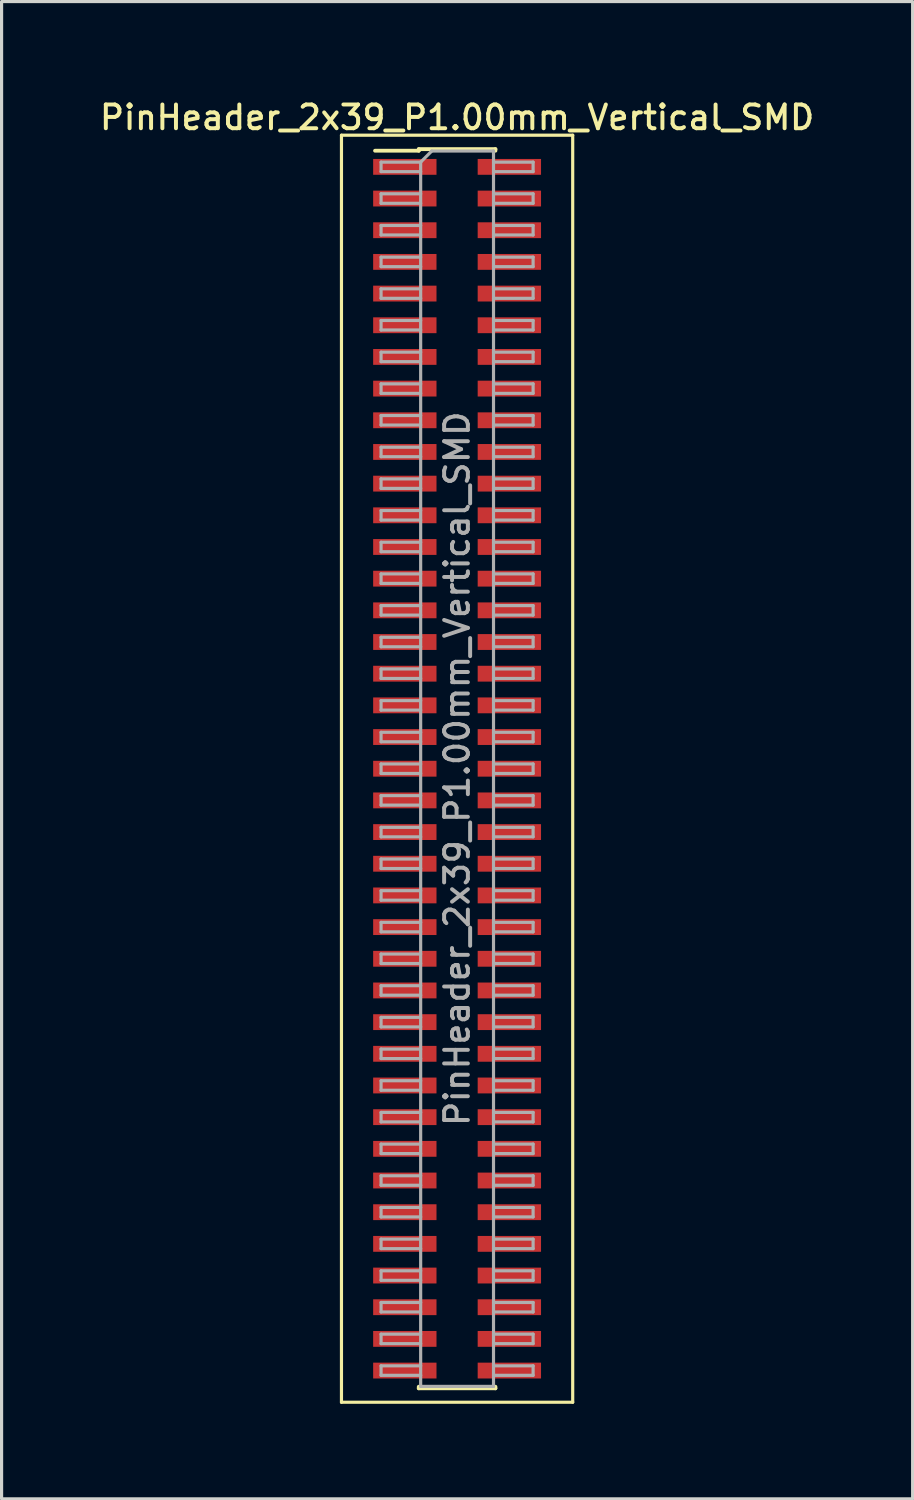
<source format=kicad_pcb>
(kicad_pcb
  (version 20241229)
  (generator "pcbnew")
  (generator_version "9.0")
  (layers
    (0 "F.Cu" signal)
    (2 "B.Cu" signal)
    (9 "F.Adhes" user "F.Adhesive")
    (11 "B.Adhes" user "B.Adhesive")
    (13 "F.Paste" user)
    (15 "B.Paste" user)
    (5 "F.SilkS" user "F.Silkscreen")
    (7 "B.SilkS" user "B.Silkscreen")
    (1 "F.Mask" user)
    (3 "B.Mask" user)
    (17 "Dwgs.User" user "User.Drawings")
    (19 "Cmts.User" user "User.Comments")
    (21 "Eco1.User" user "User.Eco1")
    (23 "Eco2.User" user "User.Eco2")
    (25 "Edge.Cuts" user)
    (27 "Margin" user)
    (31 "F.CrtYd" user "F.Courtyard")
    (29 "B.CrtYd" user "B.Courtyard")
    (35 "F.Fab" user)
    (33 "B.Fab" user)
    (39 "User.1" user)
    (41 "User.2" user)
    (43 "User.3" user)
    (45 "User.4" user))
  (footprint "PinHeader_2x39_P1.00mm_Vertical_SMD"
    (layer "F.Cu")
    (at 11.38 21.218)
    (property "Reference" "PinHeader_2x39_P1.00mm_Vertical_SMD" (at 0 -20.56 0) (layer "F.SilkS") (effects (font (size 0.75 0.75) (thickness 0.125))))
    (attr smd)
    (fp_line (start -3.65 -20) (end -3.65 20) (stroke (width 0.1) (type solid)) (layer "F.SilkS"))
    (fp_line (start -3.65 20) (end 3.65 20) (stroke (width 0.1) (type solid)) (layer "F.SilkS"))
    (fp_line (start -2.59 -19.51) (end -1.21 -19.51) (stroke (width 0.12) (type solid)) (layer "F.SilkS"))
    (fp_line (start -1.21 -19.56) (end -1.21 -19.51) (stroke (width 0.12) (type solid)) (layer "F.SilkS"))
    (fp_line (start -1.21 -19.56) (end 1.21 -19.56) (stroke (width 0.12) (type solid)) (layer "F.SilkS"))
    (fp_line (start -1.21 19.51) (end -1.21 19.56) (stroke (width 0.12) (type solid)) (layer "F.SilkS"))
    (fp_line (start -1.21 19.56) (end 1.21 19.56) (stroke (width 0.12) (type solid)) (layer "F.SilkS"))
    (fp_line (start 1.21 -19.56) (end 1.21 -19.51) (stroke (width 0.12) (type solid)) (layer "F.SilkS"))
    (fp_line (start 1.21 19.51) (end 1.21 19.56) (stroke (width 0.12) (type solid)) (layer "F.SilkS"))
    (fp_line (start 3.65 -20) (end -3.65 -20) (stroke (width 0.1) (type solid)) (layer "F.SilkS"))
    (fp_line (start 3.65 20) (end 3.65 -20) (stroke (width 0.1) (type solid)) (layer "F.SilkS"))
    (fp_line (start -2.4 -19.15) (end -2.4 -18.85) (stroke (width 0.1) (type solid)) (layer "F.Fab"))
    (fp_line (start -2.4 -18.85) (end -1.15 -18.85) (stroke (width 0.1) (type solid)) (layer "F.Fab"))
    (fp_line (start -2.4 -18.15) (end -2.4 -17.85) (stroke (width 0.1) (type solid)) (layer "F.Fab"))
    (fp_line (start -2.4 -17.85) (end -1.15 -17.85) (stroke (width 0.1) (type solid)) (layer "F.Fab"))
    (fp_line (start -2.4 -17.15) (end -2.4 -16.85) (stroke (width 0.1) (type solid)) (layer "F.Fab"))
    (fp_line (start -2.4 -16.85) (end -1.15 -16.85) (stroke (width 0.1) (type solid)) (layer "F.Fab"))
    (fp_line (start -2.4 -16.15) (end -2.4 -15.85) (stroke (width 0.1) (type solid)) (layer "F.Fab"))
    (fp_line (start -2.4 -15.85) (end -1.15 -15.85) (stroke (width 0.1) (type solid)) (layer "F.Fab"))
    (fp_line (start -2.4 -15.15) (end -2.4 -14.85) (stroke (width 0.1) (type solid)) (layer "F.Fab"))
    (fp_line (start -2.4 -14.85) (end -1.15 -14.85) (stroke (width 0.1) (type solid)) (layer "F.Fab"))
    (fp_line (start -2.4 -14.15) (end -2.4 -13.85) (stroke (width 0.1) (type solid)) (layer "F.Fab"))
    (fp_line (start -2.4 -13.85) (end -1.15 -13.85) (stroke (width 0.1) (type solid)) (layer "F.Fab"))
    (fp_line (start -2.4 -13.15) (end -2.4 -12.85) (stroke (width 0.1) (type solid)) (layer "F.Fab"))
    (fp_line (start -2.4 -12.85) (end -1.15 -12.85) (stroke (width 0.1) (type solid)) (layer "F.Fab"))
    (fp_line (start -2.4 -12.15) (end -2.4 -11.85) (stroke (width 0.1) (type solid)) (layer "F.Fab"))
    (fp_line (start -2.4 -11.85) (end -1.15 -11.85) (stroke (width 0.1) (type solid)) (layer "F.Fab"))
    (fp_line (start -2.4 -11.15) (end -2.4 -10.85) (stroke (width 0.1) (type solid)) (layer "F.Fab"))
    (fp_line (start -2.4 -10.85) (end -1.15 -10.85) (stroke (width 0.1) (type solid)) (layer "F.Fab"))
    (fp_line (start -2.4 -10.15) (end -2.4 -9.85) (stroke (width 0.1) (type solid)) (layer "F.Fab"))
    (fp_line (start -2.4 -9.85) (end -1.15 -9.85) (stroke (width 0.1) (type solid)) (layer "F.Fab"))
    (fp_line (start -2.4 -9.15) (end -2.4 -8.85) (stroke (width 0.1) (type solid)) (layer "F.Fab"))
    (fp_line (start -2.4 -8.85) (end -1.15 -8.85) (stroke (width 0.1) (type solid)) (layer "F.Fab"))
    (fp_line (start -2.4 -8.15) (end -2.4 -7.85) (stroke (width 0.1) (type solid)) (layer "F.Fab"))
    (fp_line (start -2.4 -7.85) (end -1.15 -7.85) (stroke (width 0.1) (type solid)) (layer "F.Fab"))
    (fp_line (start -2.4 -7.15) (end -2.4 -6.85) (stroke (width 0.1) (type solid)) (layer "F.Fab"))
    (fp_line (start -2.4 -6.85) (end -1.15 -6.85) (stroke (width 0.1) (type solid)) (layer "F.Fab"))
    (fp_line (start -2.4 -6.15) (end -2.4 -5.85) (stroke (width 0.1) (type solid)) (layer "F.Fab"))
    (fp_line (start -2.4 -5.85) (end -1.15 -5.85) (stroke (width 0.1) (type solid)) (layer "F.Fab"))
    (fp_line (start -2.4 -5.15) (end -2.4 -4.85) (stroke (width 0.1) (type solid)) (layer "F.Fab"))
    (fp_line (start -2.4 -4.85) (end -1.15 -4.85) (stroke (width 0.1) (type solid)) (layer "F.Fab"))
    (fp_line (start -2.4 -4.15) (end -2.4 -3.85) (stroke (width 0.1) (type solid)) (layer "F.Fab"))
    (fp_line (start -2.4 -3.85) (end -1.15 -3.85) (stroke (width 0.1) (type solid)) (layer "F.Fab"))
    (fp_line (start -2.4 -3.15) (end -2.4 -2.85) (stroke (width 0.1) (type solid)) (layer "F.Fab"))
    (fp_line (start -2.4 -2.85) (end -1.15 -2.85) (stroke (width 0.1) (type solid)) (layer "F.Fab"))
    (fp_line (start -2.4 -2.15) (end -2.4 -1.85) (stroke (width 0.1) (type solid)) (layer "F.Fab"))
    (fp_line (start -2.4 -1.85) (end -1.15 -1.85) (stroke (width 0.1) (type solid)) (layer "F.Fab"))
    (fp_line (start -2.4 -1.15) (end -2.4 -0.85) (stroke (width 0.1) (type solid)) (layer "F.Fab"))
    (fp_line (start -2.4 -0.85) (end -1.15 -0.85) (stroke (width 0.1) (type solid)) (layer "F.Fab"))
    (fp_line (start -2.4 -0.15) (end -2.4 0.15) (stroke (width 0.1) (type solid)) (layer "F.Fab"))
    (fp_line (start -2.4 0.15) (end -1.15 0.15) (stroke (width 0.1) (type solid)) (layer "F.Fab"))
    (fp_line (start -2.4 0.85) (end -2.4 1.15) (stroke (width 0.1) (type solid)) (layer "F.Fab"))
    (fp_line (start -2.4 1.15) (end -1.15 1.15) (stroke (width 0.1) (type solid)) (layer "F.Fab"))
    (fp_line (start -2.4 1.85) (end -2.4 2.15) (stroke (width 0.1) (type solid)) (layer "F.Fab"))
    (fp_line (start -2.4 2.15) (end -1.15 2.15) (stroke (width 0.1) (type solid)) (layer "F.Fab"))
    (fp_line (start -2.4 2.85) (end -2.4 3.15) (stroke (width 0.1) (type solid)) (layer "F.Fab"))
    (fp_line (start -2.4 3.15) (end -1.15 3.15) (stroke (width 0.1) (type solid)) (layer "F.Fab"))
    (fp_line (start -2.4 3.85) (end -2.4 4.15) (stroke (width 0.1) (type solid)) (layer "F.Fab"))
    (fp_line (start -2.4 4.15) (end -1.15 4.15) (stroke (width 0.1) (type solid)) (layer "F.Fab"))
    (fp_line (start -2.4 4.85) (end -2.4 5.15) (stroke (width 0.1) (type solid)) (layer "F.Fab"))
    (fp_line (start -2.4 5.15) (end -1.15 5.15) (stroke (width 0.1) (type solid)) (layer "F.Fab"))
    (fp_line (start -2.4 5.85) (end -2.4 6.15) (stroke (width 0.1) (type solid)) (layer "F.Fab"))
    (fp_line (start -2.4 6.15) (end -1.15 6.15) (stroke (width 0.1) (type solid)) (layer "F.Fab"))
    (fp_line (start -2.4 6.85) (end -2.4 7.15) (stroke (width 0.1) (type solid)) (layer "F.Fab"))
    (fp_line (start -2.4 7.15) (end -1.15 7.15) (stroke (width 0.1) (type solid)) (layer "F.Fab"))
    (fp_line (start -2.4 7.85) (end -2.4 8.15) (stroke (width 0.1) (type solid)) (layer "F.Fab"))
    (fp_line (start -2.4 8.15) (end -1.15 8.15) (stroke (width 0.1) (type solid)) (layer "F.Fab"))
    (fp_line (start -2.4 8.85) (end -2.4 9.15) (stroke (width 0.1) (type solid)) (layer "F.Fab"))
    (fp_line (start -2.4 9.15) (end -1.15 9.15) (stroke (width 0.1) (type solid)) (layer "F.Fab"))
    (fp_line (start -2.4 9.85) (end -2.4 10.15) (stroke (width 0.1) (type solid)) (layer "F.Fab"))
    (fp_line (start -2.4 10.15) (end -1.15 10.15) (stroke (width 0.1) (type solid)) (layer "F.Fab"))
    (fp_line (start -2.4 10.85) (end -2.4 11.15) (stroke (width 0.1) (type solid)) (layer "F.Fab"))
    (fp_line (start -2.4 11.15) (end -1.15 11.15) (stroke (width 0.1) (type solid)) (layer "F.Fab"))
    (fp_line (start -2.4 11.85) (end -2.4 12.15) (stroke (width 0.1) (type solid)) (layer "F.Fab"))
    (fp_line (start -2.4 12.15) (end -1.15 12.15) (stroke (width 0.1) (type solid)) (layer "F.Fab"))
    (fp_line (start -2.4 12.85) (end -2.4 13.15) (stroke (width 0.1) (type solid)) (layer "F.Fab"))
    (fp_line (start -2.4 13.15) (end -1.15 13.15) (stroke (width 0.1) (type solid)) (layer "F.Fab"))
    (fp_line (start -2.4 13.85) (end -2.4 14.15) (stroke (width 0.1) (type solid)) (layer "F.Fab"))
    (fp_line (start -2.4 14.15) (end -1.15 14.15) (stroke (width 0.1) (type solid)) (layer "F.Fab"))
    (fp_line (start -2.4 14.85) (end -2.4 15.15) (stroke (width 0.1) (type solid)) (layer "F.Fab"))
    (fp_line (start -2.4 15.15) (end -1.15 15.15) (stroke (width 0.1) (type solid)) (layer "F.Fab"))
    (fp_line (start -2.4 15.85) (end -2.4 16.15) (stroke (width 0.1) (type solid)) (layer "F.Fab"))
    (fp_line (start -2.4 16.15) (end -1.15 16.15) (stroke (width 0.1) (type solid)) (layer "F.Fab"))
    (fp_line (start -2.4 16.85) (end -2.4 17.15) (stroke (width 0.1) (type solid)) (layer "F.Fab"))
    (fp_line (start -2.4 17.15) (end -1.15 17.15) (stroke (width 0.1) (type solid)) (layer "F.Fab"))
    (fp_line (start -2.4 17.85) (end -2.4 18.15) (stroke (width 0.1) (type solid)) (layer "F.Fab"))
    (fp_line (start -2.4 18.15) (end -1.15 18.15) (stroke (width 0.1) (type solid)) (layer "F.Fab"))
    (fp_line (start -2.4 18.85) (end -2.4 19.15) (stroke (width 0.1) (type solid)) (layer "F.Fab"))
    (fp_line (start -2.4 19.15) (end -1.15 19.15) (stroke (width 0.1) (type solid)) (layer "F.Fab"))
    (fp_line (start -1.15 -19.15) (end -2.4 -19.15) (stroke (width 0.1) (type solid)) (layer "F.Fab"))
    (fp_line (start -1.15 -19.15) (end -0.8 -19.5) (stroke (width 0.1) (type solid)) (layer "F.Fab"))
    (fp_line (start -1.15 -18.15) (end -2.4 -18.15) (stroke (width 0.1) (type solid)) (layer "F.Fab"))
    (fp_line (start -1.15 -17.15) (end -2.4 -17.15) (stroke (width 0.1) (type solid)) (layer "F.Fab"))
    (fp_line (start -1.15 -16.15) (end -2.4 -16.15) (stroke (width 0.1) (type solid)) (layer "F.Fab"))
    (fp_line (start -1.15 -15.15) (end -2.4 -15.15) (stroke (width 0.1) (type solid)) (layer "F.Fab"))
    (fp_line (start -1.15 -14.15) (end -2.4 -14.15) (stroke (width 0.1) (type solid)) (layer "F.Fab"))
    (fp_line (start -1.15 -13.15) (end -2.4 -13.15) (stroke (width 0.1) (type solid)) (layer "F.Fab"))
    (fp_line (start -1.15 -12.15) (end -2.4 -12.15) (stroke (width 0.1) (type solid)) (layer "F.Fab"))
    (fp_line (start -1.15 -11.15) (end -2.4 -11.15) (stroke (width 0.1) (type solid)) (layer "F.Fab"))
    (fp_line (start -1.15 -10.15) (end -2.4 -10.15) (stroke (width 0.1) (type solid)) (layer "F.Fab"))
    (fp_line (start -1.15 -9.15) (end -2.4 -9.15) (stroke (width 0.1) (type solid)) (layer "F.Fab"))
    (fp_line (start -1.15 -8.15) (end -2.4 -8.15) (stroke (width 0.1) (type solid)) (layer "F.Fab"))
    (fp_line (start -1.15 -7.15) (end -2.4 -7.15) (stroke (width 0.1) (type solid)) (layer "F.Fab"))
    (fp_line (start -1.15 -6.15) (end -2.4 -6.15) (stroke (width 0.1) (type solid)) (layer "F.Fab"))
    (fp_line (start -1.15 -5.15) (end -2.4 -5.15) (stroke (width 0.1) (type solid)) (layer "F.Fab"))
    (fp_line (start -1.15 -4.15) (end -2.4 -4.15) (stroke (width 0.1) (type solid)) (layer "F.Fab"))
    (fp_line (start -1.15 -3.15) (end -2.4 -3.15) (stroke (width 0.1) (type solid)) (layer "F.Fab"))
    (fp_line (start -1.15 -2.15) (end -2.4 -2.15) (stroke (width 0.1) (type solid)) (layer "F.Fab"))
    (fp_line (start -1.15 -1.15) (end -2.4 -1.15) (stroke (width 0.1) (type solid)) (layer "F.Fab"))
    (fp_line (start -1.15 -0.15) (end -2.4 -0.15) (stroke (width 0.1) (type solid)) (layer "F.Fab"))
    (fp_line (start -1.15 0.85) (end -2.4 0.85) (stroke (width 0.1) (type solid)) (layer "F.Fab"))
    (fp_line (start -1.15 1.85) (end -2.4 1.85) (stroke (width 0.1) (type solid)) (layer "F.Fab"))
    (fp_line (start -1.15 2.85) (end -2.4 2.85) (stroke (width 0.1) (type solid)) (layer "F.Fab"))
    (fp_line (start -1.15 3.85) (end -2.4 3.85) (stroke (width 0.1) (type solid)) (layer "F.Fab"))
    (fp_line (start -1.15 4.85) (end -2.4 4.85) (stroke (width 0.1) (type solid)) (layer "F.Fab"))
    (fp_line (start -1.15 5.85) (end -2.4 5.85) (stroke (width 0.1) (type solid)) (layer "F.Fab"))
    (fp_line (start -1.15 6.85) (end -2.4 6.85) (stroke (width 0.1) (type solid)) (layer "F.Fab"))
    (fp_line (start -1.15 7.85) (end -2.4 7.85) (stroke (width 0.1) (type solid)) (layer "F.Fab"))
    (fp_line (start -1.15 8.85) (end -2.4 8.85) (stroke (width 0.1) (type solid)) (layer "F.Fab"))
    (fp_line (start -1.15 9.85) (end -2.4 9.85) (stroke (width 0.1) (type solid)) (layer "F.Fab"))
    (fp_line (start -1.15 10.85) (end -2.4 10.85) (stroke (width 0.1) (type solid)) (layer "F.Fab"))
    (fp_line (start -1.15 11.85) (end -2.4 11.85) (stroke (width 0.1) (type solid)) (layer "F.Fab"))
    (fp_line (start -1.15 12.85) (end -2.4 12.85) (stroke (width 0.1) (type solid)) (layer "F.Fab"))
    (fp_line (start -1.15 13.85) (end -2.4 13.85) (stroke (width 0.1) (type solid)) (layer "F.Fab"))
    (fp_line (start -1.15 14.85) (end -2.4 14.85) (stroke (width 0.1) (type solid)) (layer "F.Fab"))
    (fp_line (start -1.15 15.85) (end -2.4 15.85) (stroke (width 0.1) (type solid)) (layer "F.Fab"))
    (fp_line (start -1.15 16.85) (end -2.4 16.85) (stroke (width 0.1) (type solid)) (layer "F.Fab"))
    (fp_line (start -1.15 17.85) (end -2.4 17.85) (stroke (width 0.1) (type solid)) (layer "F.Fab"))
    (fp_line (start -1.15 18.85) (end -2.4 18.85) (stroke (width 0.1) (type solid)) (layer "F.Fab"))
    (fp_line (start -1.15 19.5) (end -1.15 -19.15) (stroke (width 0.1) (type solid)) (layer "F.Fab"))
    (fp_line (start -0.8 -19.5) (end 1.15 -19.5) (stroke (width 0.1) (type solid)) (layer "F.Fab"))
    (fp_line (start 1.15 -19.5) (end 1.15 19.5) (stroke (width 0.1) (type solid)) (layer "F.Fab"))
    (fp_line (start 1.15 -19.15) (end 2.4 -19.15) (stroke (width 0.1) (type solid)) (layer "F.Fab"))
    (fp_line (start 1.15 -18.15) (end 2.4 -18.15) (stroke (width 0.1) (type solid)) (layer "F.Fab"))
    (fp_line (start 1.15 -17.15) (end 2.4 -17.15) (stroke (width 0.1) (type solid)) (layer "F.Fab"))
    (fp_line (start 1.15 -16.15) (end 2.4 -16.15) (stroke (width 0.1) (type solid)) (layer "F.Fab"))
    (fp_line (start 1.15 -15.15) (end 2.4 -15.15) (stroke (width 0.1) (type solid)) (layer "F.Fab"))
    (fp_line (start 1.15 -14.15) (end 2.4 -14.15) (stroke (width 0.1) (type solid)) (layer "F.Fab"))
    (fp_line (start 1.15 -13.15) (end 2.4 -13.15) (stroke (width 0.1) (type solid)) (layer "F.Fab"))
    (fp_line (start 1.15 -12.15) (end 2.4 -12.15) (stroke (width 0.1) (type solid)) (layer "F.Fab"))
    (fp_line (start 1.15 -11.15) (end 2.4 -11.15) (stroke (width 0.1) (type solid)) (layer "F.Fab"))
    (fp_line (start 1.15 -10.15) (end 2.4 -10.15) (stroke (width 0.1) (type solid)) (layer "F.Fab"))
    (fp_line (start 1.15 -9.15) (end 2.4 -9.15) (stroke (width 0.1) (type solid)) (layer "F.Fab"))
    (fp_line (start 1.15 -8.15) (end 2.4 -8.15) (stroke (width 0.1) (type solid)) (layer "F.Fab"))
    (fp_line (start 1.15 -7.15) (end 2.4 -7.15) (stroke (width 0.1) (type solid)) (layer "F.Fab"))
    (fp_line (start 1.15 -6.15) (end 2.4 -6.15) (stroke (width 0.1) (type solid)) (layer "F.Fab"))
    (fp_line (start 1.15 -5.15) (end 2.4 -5.15) (stroke (width 0.1) (type solid)) (layer "F.Fab"))
    (fp_line (start 1.15 -4.15) (end 2.4 -4.15) (stroke (width 0.1) (type solid)) (layer "F.Fab"))
    (fp_line (start 1.15 -3.15) (end 2.4 -3.15) (stroke (width 0.1) (type solid)) (layer "F.Fab"))
    (fp_line (start 1.15 -2.15) (end 2.4 -2.15) (stroke (width 0.1) (type solid)) (layer "F.Fab"))
    (fp_line (start 1.15 -1.15) (end 2.4 -1.15) (stroke (width 0.1) (type solid)) (layer "F.Fab"))
    (fp_line (start 1.15 -0.15) (end 2.4 -0.15) (stroke (width 0.1) (type solid)) (layer "F.Fab"))
    (fp_line (start 1.15 0.85) (end 2.4 0.85) (stroke (width 0.1) (type solid)) (layer "F.Fab"))
    (fp_line (start 1.15 1.85) (end 2.4 1.85) (stroke (width 0.1) (type solid)) (layer "F.Fab"))
    (fp_line (start 1.15 2.85) (end 2.4 2.85) (stroke (width 0.1) (type solid)) (layer "F.Fab"))
    (fp_line (start 1.15 3.85) (end 2.4 3.85) (stroke (width 0.1) (type solid)) (layer "F.Fab"))
    (fp_line (start 1.15 4.85) (end 2.4 4.85) (stroke (width 0.1) (type solid)) (layer "F.Fab"))
    (fp_line (start 1.15 5.85) (end 2.4 5.85) (stroke (width 0.1) (type solid)) (layer "F.Fab"))
    (fp_line (start 1.15 6.85) (end 2.4 6.85) (stroke (width 0.1) (type solid)) (layer "F.Fab"))
    (fp_line (start 1.15 7.85) (end 2.4 7.85) (stroke (width 0.1) (type solid)) (layer "F.Fab"))
    (fp_line (start 1.15 8.85) (end 2.4 8.85) (stroke (width 0.1) (type solid)) (layer "F.Fab"))
    (fp_line (start 1.15 9.85) (end 2.4 9.85) (stroke (width 0.1) (type solid)) (layer "F.Fab"))
    (fp_line (start 1.15 10.85) (end 2.4 10.85) (stroke (width 0.1) (type solid)) (layer "F.Fab"))
    (fp_line (start 1.15 11.85) (end 2.4 11.85) (stroke (width 0.1) (type solid)) (layer "F.Fab"))
    (fp_line (start 1.15 12.85) (end 2.4 12.85) (stroke (width 0.1) (type solid)) (layer "F.Fab"))
    (fp_line (start 1.15 13.85) (end 2.4 13.85) (stroke (width 0.1) (type solid)) (layer "F.Fab"))
    (fp_line (start 1.15 14.85) (end 2.4 14.85) (stroke (width 0.1) (type solid)) (layer "F.Fab"))
    (fp_line (start 1.15 15.85) (end 2.4 15.85) (stroke (width 0.1) (type solid)) (layer "F.Fab"))
    (fp_line (start 1.15 16.85) (end 2.4 16.85) (stroke (width 0.1) (type solid)) (layer "F.Fab"))
    (fp_line (start 1.15 17.85) (end 2.4 17.85) (stroke (width 0.1) (type solid)) (layer "F.Fab"))
    (fp_line (start 1.15 18.85) (end 2.4 18.85) (stroke (width 0.1) (type solid)) (layer "F.Fab"))
    (fp_line (start 1.15 19.5) (end -1.15 19.5) (stroke (width 0.1) (type solid)) (layer "F.Fab"))
    (fp_line (start 2.4 -19.15) (end 2.4 -18.85) (stroke (width 0.1) (type solid)) (layer "F.Fab"))
    (fp_line (start 2.4 -18.85) (end 1.15 -18.85) (stroke (width 0.1) (type solid)) (layer "F.Fab"))
    (fp_line (start 2.4 -18.15) (end 2.4 -17.85) (stroke (width 0.1) (type solid)) (layer "F.Fab"))
    (fp_line (start 2.4 -17.85) (end 1.15 -17.85) (stroke (width 0.1) (type solid)) (layer "F.Fab"))
    (fp_line (start 2.4 -17.15) (end 2.4 -16.85) (stroke (width 0.1) (type solid)) (layer "F.Fab"))
    (fp_line (start 2.4 -16.85) (end 1.15 -16.85) (stroke (width 0.1) (type solid)) (layer "F.Fab"))
    (fp_line (start 2.4 -16.15) (end 2.4 -15.85) (stroke (width 0.1) (type solid)) (layer "F.Fab"))
    (fp_line (start 2.4 -15.85) (end 1.15 -15.85) (stroke (width 0.1) (type solid)) (layer "F.Fab"))
    (fp_line (start 2.4 -15.15) (end 2.4 -14.85) (stroke (width 0.1) (type solid)) (layer "F.Fab"))
    (fp_line (start 2.4 -14.85) (end 1.15 -14.85) (stroke (width 0.1) (type solid)) (layer "F.Fab"))
    (fp_line (start 2.4 -14.15) (end 2.4 -13.85) (stroke (width 0.1) (type solid)) (layer "F.Fab"))
    (fp_line (start 2.4 -13.85) (end 1.15 -13.85) (stroke (width 0.1) (type solid)) (layer "F.Fab"))
    (fp_line (start 2.4 -13.15) (end 2.4 -12.85) (stroke (width 0.1) (type solid)) (layer "F.Fab"))
    (fp_line (start 2.4 -12.85) (end 1.15 -12.85) (stroke (width 0.1) (type solid)) (layer "F.Fab"))
    (fp_line (start 2.4 -12.15) (end 2.4 -11.85) (stroke (width 0.1) (type solid)) (layer "F.Fab"))
    (fp_line (start 2.4 -11.85) (end 1.15 -11.85) (stroke (width 0.1) (type solid)) (layer "F.Fab"))
    (fp_line (start 2.4 -11.15) (end 2.4 -10.85) (stroke (width 0.1) (type solid)) (layer "F.Fab"))
    (fp_line (start 2.4 -10.85) (end 1.15 -10.85) (stroke (width 0.1) (type solid)) (layer "F.Fab"))
    (fp_line (start 2.4 -10.15) (end 2.4 -9.85) (stroke (width 0.1) (type solid)) (layer "F.Fab"))
    (fp_line (start 2.4 -9.85) (end 1.15 -9.85) (stroke (width 0.1) (type solid)) (layer "F.Fab"))
    (fp_line (start 2.4 -9.15) (end 2.4 -8.85) (stroke (width 0.1) (type solid)) (layer "F.Fab"))
    (fp_line (start 2.4 -8.85) (end 1.15 -8.85) (stroke (width 0.1) (type solid)) (layer "F.Fab"))
    (fp_line (start 2.4 -8.15) (end 2.4 -7.85) (stroke (width 0.1) (type solid)) (layer "F.Fab"))
    (fp_line (start 2.4 -7.85) (end 1.15 -7.85) (stroke (width 0.1) (type solid)) (layer "F.Fab"))
    (fp_line (start 2.4 -7.15) (end 2.4 -6.85) (stroke (width 0.1) (type solid)) (layer "F.Fab"))
    (fp_line (start 2.4 -6.85) (end 1.15 -6.85) (stroke (width 0.1) (type solid)) (layer "F.Fab"))
    (fp_line (start 2.4 -6.15) (end 2.4 -5.85) (stroke (width 0.1) (type solid)) (layer "F.Fab"))
    (fp_line (start 2.4 -5.85) (end 1.15 -5.85) (stroke (width 0.1) (type solid)) (layer "F.Fab"))
    (fp_line (start 2.4 -5.15) (end 2.4 -4.85) (stroke (width 0.1) (type solid)) (layer "F.Fab"))
    (fp_line (start 2.4 -4.85) (end 1.15 -4.85) (stroke (width 0.1) (type solid)) (layer "F.Fab"))
    (fp_line (start 2.4 -4.15) (end 2.4 -3.85) (stroke (width 0.1) (type solid)) (layer "F.Fab"))
    (fp_line (start 2.4 -3.85) (end 1.15 -3.85) (stroke (width 0.1) (type solid)) (layer "F.Fab"))
    (fp_line (start 2.4 -3.15) (end 2.4 -2.85) (stroke (width 0.1) (type solid)) (layer "F.Fab"))
    (fp_line (start 2.4 -2.85) (end 1.15 -2.85) (stroke (width 0.1) (type solid)) (layer "F.Fab"))
    (fp_line (start 2.4 -2.15) (end 2.4 -1.85) (stroke (width 0.1) (type solid)) (layer "F.Fab"))
    (fp_line (start 2.4 -1.85) (end 1.15 -1.85) (stroke (width 0.1) (type solid)) (layer "F.Fab"))
    (fp_line (start 2.4 -1.15) (end 2.4 -0.85) (stroke (width 0.1) (type solid)) (layer "F.Fab"))
    (fp_line (start 2.4 -0.85) (end 1.15 -0.85) (stroke (width 0.1) (type solid)) (layer "F.Fab"))
    (fp_line (start 2.4 -0.15) (end 2.4 0.15) (stroke (width 0.1) (type solid)) (layer "F.Fab"))
    (fp_line (start 2.4 0.15) (end 1.15 0.15) (stroke (width 0.1) (type solid)) (layer "F.Fab"))
    (fp_line (start 2.4 0.85) (end 2.4 1.15) (stroke (width 0.1) (type solid)) (layer "F.Fab"))
    (fp_line (start 2.4 1.15) (end 1.15 1.15) (stroke (width 0.1) (type solid)) (layer "F.Fab"))
    (fp_line (start 2.4 1.85) (end 2.4 2.15) (stroke (width 0.1) (type solid)) (layer "F.Fab"))
    (fp_line (start 2.4 2.15) (end 1.15 2.15) (stroke (width 0.1) (type solid)) (layer "F.Fab"))
    (fp_line (start 2.4 2.85) (end 2.4 3.15) (stroke (width 0.1) (type solid)) (layer "F.Fab"))
    (fp_line (start 2.4 3.15) (end 1.15 3.15) (stroke (width 0.1) (type solid)) (layer "F.Fab"))
    (fp_line (start 2.4 3.85) (end 2.4 4.15) (stroke (width 0.1) (type solid)) (layer "F.Fab"))
    (fp_line (start 2.4 4.15) (end 1.15 4.15) (stroke (width 0.1) (type solid)) (layer "F.Fab"))
    (fp_line (start 2.4 4.85) (end 2.4 5.15) (stroke (width 0.1) (type solid)) (layer "F.Fab"))
    (fp_line (start 2.4 5.15) (end 1.15 5.15) (stroke (width 0.1) (type solid)) (layer "F.Fab"))
    (fp_line (start 2.4 5.85) (end 2.4 6.15) (stroke (width 0.1) (type solid)) (layer "F.Fab"))
    (fp_line (start 2.4 6.15) (end 1.15 6.15) (stroke (width 0.1) (type solid)) (layer "F.Fab"))
    (fp_line (start 2.4 6.85) (end 2.4 7.15) (stroke (width 0.1) (type solid)) (layer "F.Fab"))
    (fp_line (start 2.4 7.15) (end 1.15 7.15) (stroke (width 0.1) (type solid)) (layer "F.Fab"))
    (fp_line (start 2.4 7.85) (end 2.4 8.15) (stroke (width 0.1) (type solid)) (layer "F.Fab"))
    (fp_line (start 2.4 8.15) (end 1.15 8.15) (stroke (width 0.1) (type solid)) (layer "F.Fab"))
    (fp_line (start 2.4 8.85) (end 2.4 9.15) (stroke (width 0.1) (type solid)) (layer "F.Fab"))
    (fp_line (start 2.4 9.15) (end 1.15 9.15) (stroke (width 0.1) (type solid)) (layer "F.Fab"))
    (fp_line (start 2.4 9.85) (end 2.4 10.15) (stroke (width 0.1) (type solid)) (layer "F.Fab"))
    (fp_line (start 2.4 10.15) (end 1.15 10.15) (stroke (width 0.1) (type solid)) (layer "F.Fab"))
    (fp_line (start 2.4 10.85) (end 2.4 11.15) (stroke (width 0.1) (type solid)) (layer "F.Fab"))
    (fp_line (start 2.4 11.15) (end 1.15 11.15) (stroke (width 0.1) (type solid)) (layer "F.Fab"))
    (fp_line (start 2.4 11.85) (end 2.4 12.15) (stroke (width 0.1) (type solid)) (layer "F.Fab"))
    (fp_line (start 2.4 12.15) (end 1.15 12.15) (stroke (width 0.1) (type solid)) (layer "F.Fab"))
    (fp_line (start 2.4 12.85) (end 2.4 13.15) (stroke (width 0.1) (type solid)) (layer "F.Fab"))
    (fp_line (start 2.4 13.15) (end 1.15 13.15) (stroke (width 0.1) (type solid)) (layer "F.Fab"))
    (fp_line (start 2.4 13.85) (end 2.4 14.15) (stroke (width 0.1) (type solid)) (layer "F.Fab"))
    (fp_line (start 2.4 14.15) (end 1.15 14.15) (stroke (width 0.1) (type solid)) (layer "F.Fab"))
    (fp_line (start 2.4 14.85) (end 2.4 15.15) (stroke (width 0.1) (type solid)) (layer "F.Fab"))
    (fp_line (start 2.4 15.15) (end 1.15 15.15) (stroke (width 0.1) (type solid)) (layer "F.Fab"))
    (fp_line (start 2.4 15.85) (end 2.4 16.15) (stroke (width 0.1) (type solid)) (layer "F.Fab"))
    (fp_line (start 2.4 16.15) (end 1.15 16.15) (stroke (width 0.1) (type solid)) (layer "F.Fab"))
    (fp_line (start 2.4 16.85) (end 2.4 17.15) (stroke (width 0.1) (type solid)) (layer "F.Fab"))
    (fp_line (start 2.4 17.15) (end 1.15 17.15) (stroke (width 0.1) (type solid)) (layer "F.Fab"))
    (fp_line (start 2.4 17.85) (end 2.4 18.15) (stroke (width 0.1) (type solid)) (layer "F.Fab"))
    (fp_line (start 2.4 18.15) (end 1.15 18.15) (stroke (width 0.1) (type solid)) (layer "F.Fab"))
    (fp_line (start 2.4 18.85) (end 2.4 19.15) (stroke (width 0.1) (type solid)) (layer "F.Fab"))
    (fp_line (start 2.4 19.15) (end 1.15 19.15) (stroke (width 0.1) (type solid)) (layer "F.Fab"))
    (fp_text user "${REFERENCE}" (at 0 0 90) (layer "F.Fab") (effects (font (size 0.75 0.75) (thickness 0.125))))
    (pad "1" smd rect (at -1.65 -19) (size 2 0.5) (layers "F.Cu" "F.Mask" "F.Paste"))
    (pad "2" smd rect (at 1.65 -19) (size 2 0.5) (layers "F.Cu" "F.Mask" "F.Paste"))
    (pad "3" smd rect (at -1.65 -18) (size 2 0.5) (layers "F.Cu" "F.Mask" "F.Paste"))
    (pad "4" smd rect (at 1.65 -18) (size 2 0.5) (layers "F.Cu" "F.Mask" "F.Paste"))
    (pad "5" smd rect (at -1.65 -17) (size 2 0.5) (layers "F.Cu" "F.Mask" "F.Paste"))
    (pad "6" smd rect (at 1.65 -17) (size 2 0.5) (layers "F.Cu" "F.Mask" "F.Paste"))
    (pad "7" smd rect (at -1.65 -16) (size 2 0.5) (layers "F.Cu" "F.Mask" "F.Paste"))
    (pad "8" smd rect (at 1.65 -16) (size 2 0.5) (layers "F.Cu" "F.Mask" "F.Paste"))
    (pad "9" smd rect (at -1.65 -15) (size 2 0.5) (layers "F.Cu" "F.Mask" "F.Paste"))
    (pad "10" smd rect (at 1.65 -15) (size 2 0.5) (layers "F.Cu" "F.Mask" "F.Paste"))
    (pad "11" smd rect (at -1.65 -14) (size 2 0.5) (layers "F.Cu" "F.Mask" "F.Paste"))
    (pad "12" smd rect (at 1.65 -14) (size 2 0.5) (layers "F.Cu" "F.Mask" "F.Paste"))
    (pad "13" smd rect (at -1.65 -13) (size 2 0.5) (layers "F.Cu" "F.Mask" "F.Paste"))
    (pad "14" smd rect (at 1.65 -13) (size 2 0.5) (layers "F.Cu" "F.Mask" "F.Paste"))
    (pad "15" smd rect (at -1.65 -12) (size 2 0.5) (layers "F.Cu" "F.Mask" "F.Paste"))
    (pad "16" smd rect (at 1.65 -12) (size 2 0.5) (layers "F.Cu" "F.Mask" "F.Paste"))
    (pad "17" smd rect (at -1.65 -11) (size 2 0.5) (layers "F.Cu" "F.Mask" "F.Paste"))
    (pad "18" smd rect (at 1.65 -11) (size 2 0.5) (layers "F.Cu" "F.Mask" "F.Paste"))
    (pad "19" smd rect (at -1.65 -10) (size 2 0.5) (layers "F.Cu" "F.Mask" "F.Paste"))
    (pad "20" smd rect (at 1.65 -10) (size 2 0.5) (layers "F.Cu" "F.Mask" "F.Paste"))
    (pad "21" smd rect (at -1.65 -9) (size 2 0.5) (layers "F.Cu" "F.Mask" "F.Paste"))
    (pad "22" smd rect (at 1.65 -9) (size 2 0.5) (layers "F.Cu" "F.Mask" "F.Paste"))
    (pad "23" smd rect (at -1.65 -8) (size 2 0.5) (layers "F.Cu" "F.Mask" "F.Paste"))
    (pad "24" smd rect (at 1.65 -8) (size 2 0.5) (layers "F.Cu" "F.Mask" "F.Paste"))
    (pad "25" smd rect (at -1.65 -7) (size 2 0.5) (layers "F.Cu" "F.Mask" "F.Paste"))
    (pad "26" smd rect (at 1.65 -7) (size 2 0.5) (layers "F.Cu" "F.Mask" "F.Paste"))
    (pad "27" smd rect (at -1.65 -6) (size 2 0.5) (layers "F.Cu" "F.Mask" "F.Paste"))
    (pad "28" smd rect (at 1.65 -6) (size 2 0.5) (layers "F.Cu" "F.Mask" "F.Paste"))
    (pad "29" smd rect (at -1.65 -5) (size 2 0.5) (layers "F.Cu" "F.Mask" "F.Paste"))
    (pad "30" smd rect (at 1.65 -5) (size 2 0.5) (layers "F.Cu" "F.Mask" "F.Paste"))
    (pad "31" smd rect (at -1.65 -4) (size 2 0.5) (layers "F.Cu" "F.Mask" "F.Paste"))
    (pad "32" smd rect (at 1.65 -4) (size 2 0.5) (layers "F.Cu" "F.Mask" "F.Paste"))
    (pad "33" smd rect (at -1.65 -3) (size 2 0.5) (layers "F.Cu" "F.Mask" "F.Paste"))
    (pad "34" smd rect (at 1.65 -3) (size 2 0.5) (layers "F.Cu" "F.Mask" "F.Paste"))
    (pad "35" smd rect (at -1.65 -2) (size 2 0.5) (layers "F.Cu" "F.Mask" "F.Paste"))
    (pad "36" smd rect (at 1.65 -2) (size 2 0.5) (layers "F.Cu" "F.Mask" "F.Paste"))
    (pad "37" smd rect (at -1.65 -1) (size 2 0.5) (layers "F.Cu" "F.Mask" "F.Paste"))
    (pad "38" smd rect (at 1.65 -1) (size 2 0.5) (layers "F.Cu" "F.Mask" "F.Paste"))
    (pad "39" smd rect (at -1.65 0) (size 2 0.5) (layers "F.Cu" "F.Mask" "F.Paste"))
    (pad "40" smd rect (at 1.65 0) (size 2 0.5) (layers "F.Cu" "F.Mask" "F.Paste"))
    (pad "41" smd rect (at -1.65 1) (size 2 0.5) (layers "F.Cu" "F.Mask" "F.Paste"))
    (pad "42" smd rect (at 1.65 1) (size 2 0.5) (layers "F.Cu" "F.Mask" "F.Paste"))
    (pad "43" smd rect (at -1.65 2) (size 2 0.5) (layers "F.Cu" "F.Mask" "F.Paste"))
    (pad "44" smd rect (at 1.65 2) (size 2 0.5) (layers "F.Cu" "F.Mask" "F.Paste"))
    (pad "45" smd rect (at -1.65 3) (size 2 0.5) (layers "F.Cu" "F.Mask" "F.Paste"))
    (pad "46" smd rect (at 1.65 3) (size 2 0.5) (layers "F.Cu" "F.Mask" "F.Paste"))
    (pad "47" smd rect (at -1.65 4) (size 2 0.5) (layers "F.Cu" "F.Mask" "F.Paste"))
    (pad "48" smd rect (at 1.65 4) (size 2 0.5) (layers "F.Cu" "F.Mask" "F.Paste"))
    (pad "49" smd rect (at -1.65 5) (size 2 0.5) (layers "F.Cu" "F.Mask" "F.Paste"))
    (pad "50" smd rect (at 1.65 5) (size 2 0.5) (layers "F.Cu" "F.Mask" "F.Paste"))
    (pad "51" smd rect (at -1.65 6) (size 2 0.5) (layers "F.Cu" "F.Mask" "F.Paste"))
    (pad "52" smd rect (at 1.65 6) (size 2 0.5) (layers "F.Cu" "F.Mask" "F.Paste"))
    (pad "53" smd rect (at -1.65 7) (size 2 0.5) (layers "F.Cu" "F.Mask" "F.Paste"))
    (pad "54" smd rect (at 1.65 7) (size 2 0.5) (layers "F.Cu" "F.Mask" "F.Paste"))
    (pad "55" smd rect (at -1.65 8) (size 2 0.5) (layers "F.Cu" "F.Mask" "F.Paste"))
    (pad "56" smd rect (at 1.65 8) (size 2 0.5) (layers "F.Cu" "F.Mask" "F.Paste"))
    (pad "57" smd rect (at -1.65 9) (size 2 0.5) (layers "F.Cu" "F.Mask" "F.Paste"))
    (pad "58" smd rect (at 1.65 9) (size 2 0.5) (layers "F.Cu" "F.Mask" "F.Paste"))
    (pad "59" smd rect (at -1.65 10) (size 2 0.5) (layers "F.Cu" "F.Mask" "F.Paste"))
    (pad "60" smd rect (at 1.65 10) (size 2 0.5) (layers "F.Cu" "F.Mask" "F.Paste"))
    (pad "61" smd rect (at -1.65 11) (size 2 0.5) (layers "F.Cu" "F.Mask" "F.Paste"))
    (pad "62" smd rect (at 1.65 11) (size 2 0.5) (layers "F.Cu" "F.Mask" "F.Paste"))
    (pad "63" smd rect (at -1.65 12) (size 2 0.5) (layers "F.Cu" "F.Mask" "F.Paste"))
    (pad "64" smd rect (at 1.65 12) (size 2 0.5) (layers "F.Cu" "F.Mask" "F.Paste"))
    (pad "65" smd rect (at -1.65 13) (size 2 0.5) (layers "F.Cu" "F.Mask" "F.Paste"))
    (pad "66" smd rect (at 1.65 13) (size 2 0.5) (layers "F.Cu" "F.Mask" "F.Paste"))
    (pad "67" smd rect (at -1.65 14) (size 2 0.5) (layers "F.Cu" "F.Mask" "F.Paste"))
    (pad "68" smd rect (at 1.65 14) (size 2 0.5) (layers "F.Cu" "F.Mask" "F.Paste"))
    (pad "69" smd rect (at -1.65 15) (size 2 0.5) (layers "F.Cu" "F.Mask" "F.Paste"))
    (pad "70" smd rect (at 1.65 15) (size 2 0.5) (layers "F.Cu" "F.Mask" "F.Paste"))
    (pad "71" smd rect (at -1.65 16) (size 2 0.5) (layers "F.Cu" "F.Mask" "F.Paste"))
    (pad "72" smd rect (at 1.65 16) (size 2 0.5) (layers "F.Cu" "F.Mask" "F.Paste"))
    (pad "73" smd rect (at -1.65 17) (size 2 0.5) (layers "F.Cu" "F.Mask" "F.Paste"))
    (pad "74" smd rect (at 1.65 17) (size 2 0.5) (layers "F.Cu" "F.Mask" "F.Paste"))
    (pad "75" smd rect (at -1.65 18) (size 2 0.5) (layers "F.Cu" "F.Mask" "F.Paste"))
    (pad "76" smd rect (at 1.65 18) (size 2 0.5) (layers "F.Cu" "F.Mask" "F.Paste"))
    (pad "77" smd rect (at -1.65 19) (size 2 0.5) (layers "F.Cu" "F.Mask" "F.Paste"))
    (pad "78" smd rect (at 1.65 19) (size 2 0.5) (layers "F.Cu" "F.Mask" "F.Paste")))
  (gr_rect
    (start -3 -3)
    (end 25.761 44.268)
    (stroke (width 0.1) (type default))
    (fill no)
    (layer "Edge.Cuts")))
</source>
